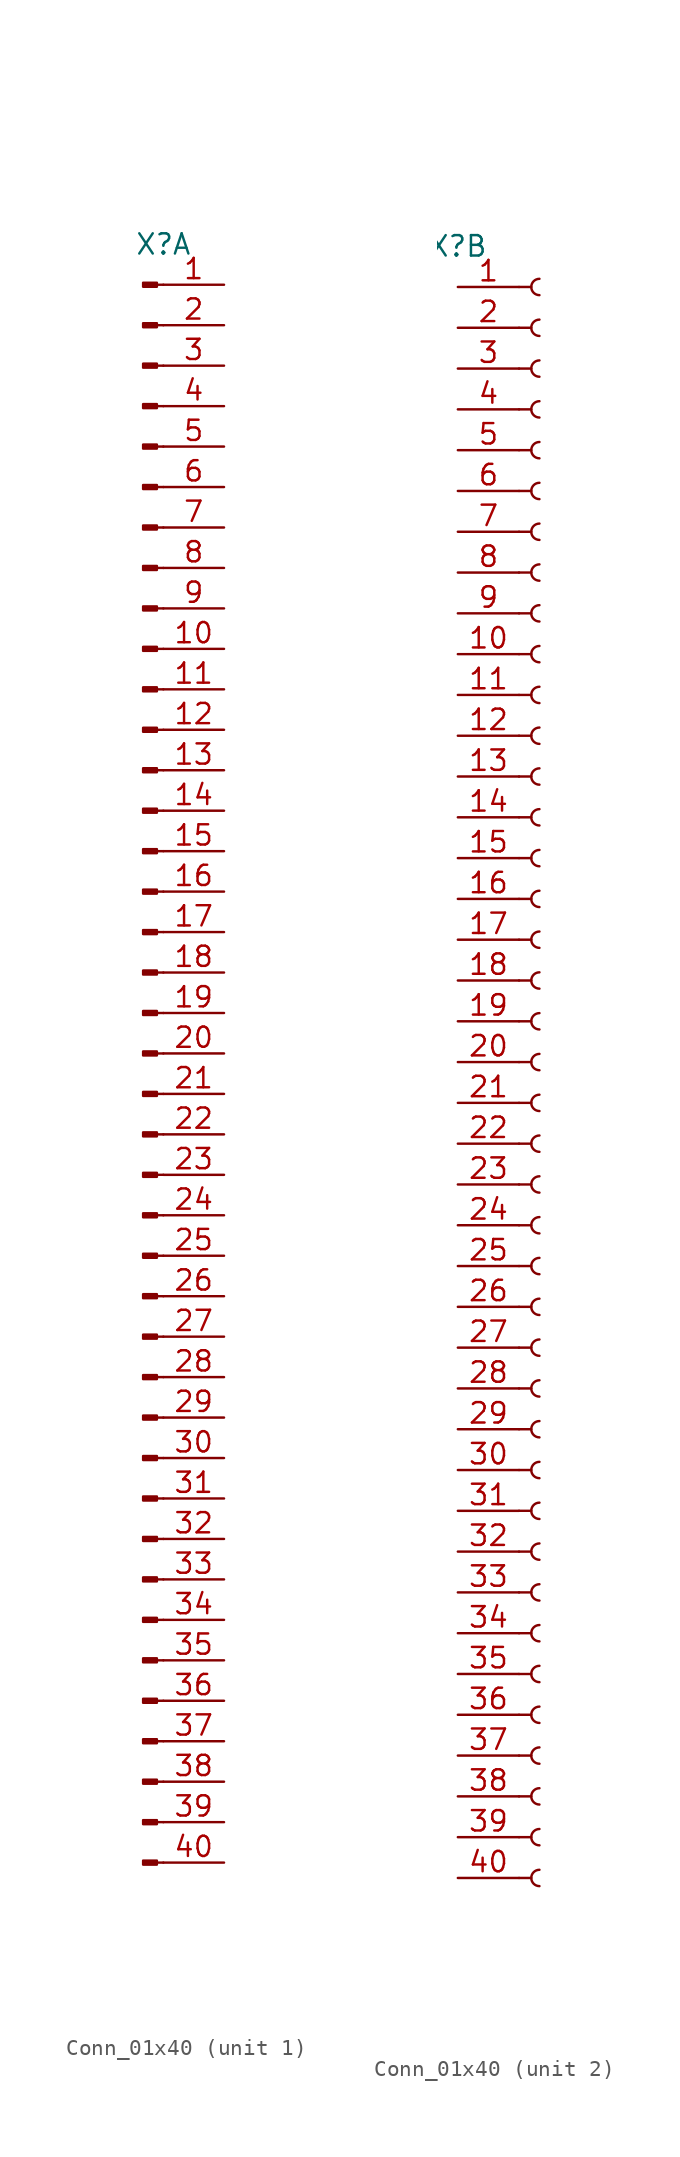
<source format=kicad_sym>
(kicad_symbol_lib
  (version 20241209)
  (generator "kicad_symbol_editor")
  (generator_version "9.0")
  (symbol "Conn_01x40"
    (pin_names
      (offset 1.016)
      (hide yes))
    (property "Reference" "X"
      (at 0 50.8 0)
      (effects (font (size 1.27 1.27))))
    (property "ki_locked" ""
      (at 0 0 0)
      (effects (font (size 1.27 1.27))))
    (symbol "Conn_01x40_1_1"
      (rectangle (start -0.406 48.387) (end -1.27 48.133) (stroke (width 0.152) (type default)) (fill (type outline)))
      (rectangle (start -0.406 45.847) (end -1.27 45.593) (stroke (width 0.152) (type default)) (fill (type outline)))
      (rectangle (start -0.406 43.307) (end -1.27 43.053) (stroke (width 0.152) (type default)) (fill (type outline)))
      (rectangle (start -0.406 40.767) (end -1.27 40.513) (stroke (width 0.152) (type default)) (fill (type outline)))
      (rectangle (start -0.406 38.227) (end -1.27 37.973) (stroke (width 0.152) (type default)) (fill (type outline)))
      (rectangle (start -0.406 35.687) (end -1.27 35.433) (stroke (width 0.152) (type default)) (fill (type outline)))
      (rectangle (start -0.406 33.147) (end -1.27 32.893) (stroke (width 0.152) (type default)) (fill (type outline)))
      (rectangle (start -0.406 30.607) (end -1.27 30.353) (stroke (width 0.152) (type default)) (fill (type outline)))
      (rectangle (start -0.406 28.067) (end -1.27 27.813) (stroke (width 0.152) (type default)) (fill (type outline)))
      (rectangle (start -0.406 25.527) (end -1.27 25.273) (stroke (width 0.152) (type default)) (fill (type outline)))
      (rectangle (start -0.406 22.987) (end -1.27 22.733) (stroke (width 0.152) (type default)) (fill (type outline)))
      (rectangle (start -0.406 20.447) (end -1.27 20.193) (stroke (width 0.152) (type default)) (fill (type outline)))
      (rectangle (start -0.406 17.907) (end -1.27 17.653) (stroke (width 0.152) (type default)) (fill (type outline)))
      (rectangle (start -0.406 15.367) (end -1.27 15.113) (stroke (width 0.152) (type default)) (fill (type outline)))
      (rectangle (start -0.406 12.827) (end -1.27 12.573) (stroke (width 0.152) (type default)) (fill (type outline)))
      (rectangle (start -0.406 10.287) (end -1.27 10.033) (stroke (width 0.152) (type default)) (fill (type outline)))
      (rectangle (start -0.406 7.747) (end -1.27 7.493) (stroke (width 0.152) (type default)) (fill (type outline)))
      (rectangle (start -0.406 5.207) (end -1.27 4.953) (stroke (width 0.152) (type default)) (fill (type outline)))
      (rectangle (start -0.406 2.667) (end -1.27 2.413) (stroke (width 0.152) (type default)) (fill (type outline)))
      (rectangle (start -0.406 0.127) (end -1.27 -0.127) (stroke (width 0.152) (type default)) (fill (type outline)))
      (rectangle (start -0.406 -2.413) (end -1.27 -2.667) (stroke (width 0.152) (type default)) (fill (type outline)))
      (rectangle (start -0.406 -4.953) (end -1.27 -5.207) (stroke (width 0.152) (type default)) (fill (type outline)))
      (rectangle (start -0.406 -7.493) (end -1.27 -7.747) (stroke (width 0.152) (type default)) (fill (type outline)))
      (rectangle (start -0.406 -10.033) (end -1.27 -10.287) (stroke (width 0.152) (type default)) (fill (type outline)))
      (rectangle (start -0.406 -12.573) (end -1.27 -12.827) (stroke (width 0.152) (type default)) (fill (type outline)))
      (rectangle (start -0.406 -15.113) (end -1.27 -15.367) (stroke (width 0.152) (type default)) (fill (type outline)))
      (rectangle (start -0.406 -17.653) (end -1.27 -17.907) (stroke (width 0.152) (type default)) (fill (type outline)))
      (rectangle (start -0.406 -20.193) (end -1.27 -20.447) (stroke (width 0.152) (type default)) (fill (type outline)))
      (rectangle (start -0.406 -22.733) (end -1.27 -22.987) (stroke (width 0.152) (type default)) (fill (type outline)))
      (rectangle (start -0.406 -25.273) (end -1.27 -25.527) (stroke (width 0.152) (type default)) (fill (type outline)))
      (rectangle (start -0.406 -27.813) (end -1.27 -28.067) (stroke (width 0.152) (type default)) (fill (type outline)))
      (rectangle (start -0.406 -30.353) (end -1.27 -30.607) (stroke (width 0.152) (type default)) (fill (type outline)))
      (rectangle (start -0.406 -32.893) (end -1.27 -33.147) (stroke (width 0.152) (type default)) (fill (type outline)))
      (rectangle (start -0.406 -35.433) (end -1.27 -35.687) (stroke (width 0.152) (type default)) (fill (type outline)))
      (rectangle (start -0.406 -37.973) (end -1.27 -38.227) (stroke (width 0.152) (type default)) (fill (type outline)))
      (rectangle (start -0.406 -40.513) (end -1.27 -40.767) (stroke (width 0.152) (type default)) (fill (type outline)))
      (rectangle (start -0.406 -43.053) (end -1.27 -43.307) (stroke (width 0.152) (type default)) (fill (type outline)))
      (rectangle (start -0.406 -45.593) (end -1.27 -45.847) (stroke (width 0.152) (type default)) (fill (type outline)))
      (rectangle (start -0.406 -48.133) (end -1.27 -48.387) (stroke (width 0.152) (type default)) (fill (type outline)))
      (rectangle (start -0.406 -50.673) (end -1.27 -50.927) (stroke (width 0.152) (type default)) (fill (type outline)))
      (polyline (pts (xy 0 48.26) (xy -0.406 48.26)) (stroke (width 0.152) (type default)) (fill (type none)))
      (polyline (pts (xy 0 45.72) (xy -0.406 45.72)) (stroke (width 0.152) (type default)) (fill (type none)))
      (polyline (pts (xy 0 43.18) (xy -0.406 43.18)) (stroke (width 0.152) (type default)) (fill (type none)))
      (polyline (pts (xy 0 40.64) (xy -0.406 40.64)) (stroke (width 0.152) (type default)) (fill (type none)))
      (polyline (pts (xy 0 38.1) (xy -0.406 38.1)) (stroke (width 0.152) (type default)) (fill (type none)))
      (polyline (pts (xy 0 35.56) (xy -0.406 35.56)) (stroke (width 0.152) (type default)) (fill (type none)))
      (polyline (pts (xy 0 33.02) (xy -0.406 33.02)) (stroke (width 0.152) (type default)) (fill (type none)))
      (polyline (pts (xy 0 30.48) (xy -0.406 30.48)) (stroke (width 0.152) (type default)) (fill (type none)))
      (polyline (pts (xy 0 27.94) (xy -0.406 27.94)) (stroke (width 0.152) (type default)) (fill (type none)))
      (polyline (pts (xy 0 25.4) (xy -0.406 25.4)) (stroke (width 0.152) (type default)) (fill (type none)))
      (polyline (pts (xy 0 22.86) (xy -0.406 22.86)) (stroke (width 0.152) (type default)) (fill (type none)))
      (polyline (pts (xy 0 20.32) (xy -0.406 20.32)) (stroke (width 0.152) (type default)) (fill (type none)))
      (polyline (pts (xy 0 17.78) (xy -0.406 17.78)) (stroke (width 0.152) (type default)) (fill (type none)))
      (polyline (pts (xy 0 15.24) (xy -0.406 15.24)) (stroke (width 0.152) (type default)) (fill (type none)))
      (polyline (pts (xy 0 12.7) (xy -0.406 12.7)) (stroke (width 0.152) (type default)) (fill (type none)))
      (polyline (pts (xy 0 10.16) (xy -0.406 10.16)) (stroke (width 0.152) (type default)) (fill (type none)))
      (polyline (pts (xy 0 7.62) (xy -0.406 7.62)) (stroke (width 0.152) (type default)) (fill (type none)))
      (polyline (pts (xy 0 5.08) (xy -0.406 5.08)) (stroke (width 0.152) (type default)) (fill (type none)))
      (polyline (pts (xy 0 2.54) (xy -0.406 2.54)) (stroke (width 0.152) (type default)) (fill (type none)))
      (polyline (pts (xy 0 0) (xy -0.406 0)) (stroke (width 0.152) (type default)) (fill (type none)))
      (polyline (pts (xy 0 -2.54) (xy -0.406 -2.54)) (stroke (width 0.152) (type default)) (fill (type none)))
      (polyline (pts (xy 0 -5.08) (xy -0.406 -5.08)) (stroke (width 0.152) (type default)) (fill (type none)))
      (polyline (pts (xy 0 -7.62) (xy -0.406 -7.62)) (stroke (width 0.152) (type default)) (fill (type none)))
      (polyline (pts (xy 0 -10.16) (xy -0.406 -10.16)) (stroke (width 0.152) (type default)) (fill (type none)))
      (polyline (pts (xy 0 -12.7) (xy -0.406 -12.7)) (stroke (width 0.152) (type default)) (fill (type none)))
      (polyline (pts (xy 0 -15.24) (xy -0.406 -15.24)) (stroke (width 0.152) (type default)) (fill (type none)))
      (polyline (pts (xy 0 -17.78) (xy -0.406 -17.78)) (stroke (width 0.152) (type default)) (fill (type none)))
      (polyline (pts (xy 0 -20.32) (xy -0.406 -20.32)) (stroke (width 0.152) (type default)) (fill (type none)))
      (polyline (pts (xy 0 -22.86) (xy -0.406 -22.86)) (stroke (width 0.152) (type default)) (fill (type none)))
      (polyline (pts (xy 0 -25.4) (xy -0.406 -25.4)) (stroke (width 0.152) (type default)) (fill (type none)))
      (polyline (pts (xy 0 -27.94) (xy -0.406 -27.94)) (stroke (width 0.152) (type default)) (fill (type none)))
      (polyline (pts (xy 0 -30.48) (xy -0.406 -30.48)) (stroke (width 0.152) (type default)) (fill (type none)))
      (polyline (pts (xy 0 -33.02) (xy -0.406 -33.02)) (stroke (width 0.152) (type default)) (fill (type none)))
      (polyline (pts (xy 0 -35.56) (xy -0.406 -35.56)) (stroke (width 0.152) (type default)) (fill (type none)))
      (polyline (pts (xy 0 -38.1) (xy -0.406 -38.1)) (stroke (width 0.152) (type default)) (fill (type none)))
      (polyline (pts (xy 0 -40.64) (xy -0.406 -40.64)) (stroke (width 0.152) (type default)) (fill (type none)))
      (polyline (pts (xy 0 -43.18) (xy -0.406 -43.18)) (stroke (width 0.152) (type default)) (fill (type none)))
      (polyline (pts (xy 0 -45.72) (xy -0.406 -45.72)) (stroke (width 0.152) (type default)) (fill (type none)))
      (polyline (pts (xy 0 -48.26) (xy -0.406 -48.26)) (stroke (width 0.152) (type default)) (fill (type none)))
      (polyline (pts (xy 0 -50.8) (xy -0.406 -50.8)) (stroke (width 0.152) (type default)) (fill (type none)))
      (pin passive line (at 3.81 48.26 180) (length 3.81) (name "Pin_1" (effects (font (size 1.27 1.27)))) (number "1" (effects (font (size 1.27 1.27)))))
      (pin passive line (at 3.81 45.72 180) (length 3.81) (name "Pin_2" (effects (font (size 1.27 1.27)))) (number "2" (effects (font (size 1.27 1.27)))))
      (pin passive line (at 3.81 43.18 180) (length 3.81) (name "Pin_3" (effects (font (size 1.27 1.27)))) (number "3" (effects (font (size 1.27 1.27)))))
      (pin passive line (at 3.81 40.64 180) (length 3.81) (name "Pin_4" (effects (font (size 1.27 1.27)))) (number "4" (effects (font (size 1.27 1.27)))))
      (pin passive line (at 3.81 38.1 180) (length 3.81) (name "Pin_5" (effects (font (size 1.27 1.27)))) (number "5" (effects (font (size 1.27 1.27)))))
      (pin passive line (at 3.81 35.56 180) (length 3.81) (name "Pin_6" (effects (font (size 1.27 1.27)))) (number "6" (effects (font (size 1.27 1.27)))))
      (pin passive line (at 3.81 33.02 180) (length 3.81) (name "Pin_7" (effects (font (size 1.27 1.27)))) (number "7" (effects (font (size 1.27 1.27)))))
      (pin passive line (at 3.81 30.48 180) (length 3.81) (name "Pin_8" (effects (font (size 1.27 1.27)))) (number "8" (effects (font (size 1.27 1.27)))))
      (pin passive line (at 3.81 27.94 180) (length 3.81) (name "Pin_9" (effects (font (size 1.27 1.27)))) (number "9" (effects (font (size 1.27 1.27)))))
      (pin passive line (at 3.81 25.4 180) (length 3.81) (name "Pin_10" (effects (font (size 1.27 1.27)))) (number "10" (effects (font (size 1.27 1.27)))))
      (pin passive line (at 3.81 22.86 180) (length 3.81) (name "Pin_11" (effects (font (size 1.27 1.27)))) (number "11" (effects (font (size 1.27 1.27)))))
      (pin passive line (at 3.81 20.32 180) (length 3.81) (name "Pin_12" (effects (font (size 1.27 1.27)))) (number "12" (effects (font (size 1.27 1.27)))))
      (pin passive line (at 3.81 17.78 180) (length 3.81) (name "Pin_13" (effects (font (size 1.27 1.27)))) (number "13" (effects (font (size 1.27 1.27)))))
      (pin passive line (at 3.81 15.24 180) (length 3.81) (name "Pin_14" (effects (font (size 1.27 1.27)))) (number "14" (effects (font (size 1.27 1.27)))))
      (pin passive line (at 3.81 12.7 180) (length 3.81) (name "Pin_15" (effects (font (size 1.27 1.27)))) (number "15" (effects (font (size 1.27 1.27)))))
      (pin passive line (at 3.81 10.16 180) (length 3.81) (name "Pin_16" (effects (font (size 1.27 1.27)))) (number "16" (effects (font (size 1.27 1.27)))))
      (pin passive line (at 3.81 7.62 180) (length 3.81) (name "Pin_17" (effects (font (size 1.27 1.27)))) (number "17" (effects (font (size 1.27 1.27)))))
      (pin passive line (at 3.81 5.08 180) (length 3.81) (name "Pin_18" (effects (font (size 1.27 1.27)))) (number "18" (effects (font (size 1.27 1.27)))))
      (pin passive line (at 3.81 2.54 180) (length 3.81) (name "Pin_19" (effects (font (size 1.27 1.27)))) (number "19" (effects (font (size 1.27 1.27)))))
      (pin passive line (at 3.81 0 180) (length 3.81) (name "Pin_20" (effects (font (size 1.27 1.27)))) (number "20" (effects (font (size 1.27 1.27)))))
      (pin passive line (at 3.81 -2.54 180) (length 3.81) (name "Pin_21" (effects (font (size 1.27 1.27)))) (number "21" (effects (font (size 1.27 1.27)))))
      (pin passive line (at 3.81 -5.08 180) (length 3.81) (name "Pin_22" (effects (font (size 1.27 1.27)))) (number "22" (effects (font (size 1.27 1.27)))))
      (pin passive line (at 3.81 -7.62 180) (length 3.81) (name "Pin_23" (effects (font (size 1.27 1.27)))) (number "23" (effects (font (size 1.27 1.27)))))
      (pin passive line (at 3.81 -10.16 180) (length 3.81) (name "Pin_24" (effects (font (size 1.27 1.27)))) (number "24" (effects (font (size 1.27 1.27)))))
      (pin passive line (at 3.81 -12.7 180) (length 3.81) (name "Pin_25" (effects (font (size 1.27 1.27)))) (number "25" (effects (font (size 1.27 1.27)))))
      (pin passive line (at 3.81 -15.24 180) (length 3.81) (name "Pin_26" (effects (font (size 1.27 1.27)))) (number "26" (effects (font (size 1.27 1.27)))))
      (pin passive line (at 3.81 -17.78 180) (length 3.81) (name "Pin_27" (effects (font (size 1.27 1.27)))) (number "27" (effects (font (size 1.27 1.27)))))
      (pin passive line (at 3.81 -20.32 180) (length 3.81) (name "Pin_28" (effects (font (size 1.27 1.27)))) (number "28" (effects (font (size 1.27 1.27)))))
      (pin passive line (at 3.81 -22.86 180) (length 3.81) (name "Pin_29" (effects (font (size 1.27 1.27)))) (number "29" (effects (font (size 1.27 1.27)))))
      (pin passive line (at 3.81 -25.4 180) (length 3.81) (name "Pin_30" (effects (font (size 1.27 1.27)))) (number "30" (effects (font (size 1.27 1.27)))))
      (pin passive line (at 3.81 -27.94 180) (length 3.81) (name "Pin_31" (effects (font (size 1.27 1.27)))) (number "31" (effects (font (size 1.27 1.27)))))
      (pin passive line (at 3.81 -30.48 180) (length 3.81) (name "Pin_32" (effects (font (size 1.27 1.27)))) (number "32" (effects (font (size 1.27 1.27)))))
      (pin passive line (at 3.81 -33.02 180) (length 3.81) (name "Pin_33" (effects (font (size 1.27 1.27)))) (number "33" (effects (font (size 1.27 1.27)))))
      (pin passive line (at 3.81 -35.56 180) (length 3.81) (name "Pin_34" (effects (font (size 1.27 1.27)))) (number "34" (effects (font (size 1.27 1.27)))))
      (pin passive line (at 3.81 -38.1 180) (length 3.81) (name "Pin_35" (effects (font (size 1.27 1.27)))) (number "35" (effects (font (size 1.27 1.27)))))
      (pin passive line (at 3.81 -40.64 180) (length 3.81) (name "Pin_36" (effects (font (size 1.27 1.27)))) (number "36" (effects (font (size 1.27 1.27)))))
      (pin passive line (at 3.81 -43.18 180) (length 3.81) (name "Pin_37" (effects (font (size 1.27 1.27)))) (number "37" (effects (font (size 1.27 1.27)))))
      (pin passive line (at 3.81 -45.72 180) (length 3.81) (name "Pin_38" (effects (font (size 1.27 1.27)))) (number "38" (effects (font (size 1.27 1.27)))))
      (pin passive line (at 3.81 -48.26 180) (length 3.81) (name "Pin_39" (effects (font (size 1.27 1.27)))) (number "39" (effects (font (size 1.27 1.27)))))
      (pin passive line (at 3.81 -50.8 180) (length 3.81) (name "Pin_40" (effects (font (size 1.27 1.27)))) (number "40" (effects (font (size 1.27 1.27))))))
    (symbol "Conn_01x40_2_1"
      (polyline (pts (xy 3.81 48.26) (xy 4.572 48.26)) (stroke (width 0.152) (type default)) (fill (type none)))
      (polyline (pts (xy 3.81 45.72) (xy 4.572 45.72)) (stroke (width 0.152) (type default)) (fill (type none)))
      (polyline (pts (xy 3.81 43.18) (xy 4.572 43.18)) (stroke (width 0.152) (type default)) (fill (type none)))
      (polyline (pts (xy 3.81 40.64) (xy 4.572 40.64)) (stroke (width 0.152) (type default)) (fill (type none)))
      (polyline (pts (xy 3.81 38.1) (xy 4.572 38.1)) (stroke (width 0.152) (type default)) (fill (type none)))
      (polyline (pts (xy 3.81 35.56) (xy 4.572 35.56)) (stroke (width 0.152) (type default)) (fill (type none)))
      (polyline (pts (xy 3.81 33.02) (xy 4.572 33.02)) (stroke (width 0.152) (type default)) (fill (type none)))
      (polyline (pts (xy 3.81 30.48) (xy 4.572 30.48)) (stroke (width 0.152) (type default)) (fill (type none)))
      (polyline (pts (xy 3.81 27.94) (xy 4.572 27.94)) (stroke (width 0.152) (type default)) (fill (type none)))
      (polyline (pts (xy 3.81 25.4) (xy 4.572 25.4)) (stroke (width 0.152) (type default)) (fill (type none)))
      (polyline (pts (xy 3.81 22.86) (xy 4.572 22.86)) (stroke (width 0.152) (type default)) (fill (type none)))
      (polyline (pts (xy 3.81 20.32) (xy 4.572 20.32)) (stroke (width 0.152) (type default)) (fill (type none)))
      (polyline (pts (xy 3.81 17.78) (xy 4.572 17.78)) (stroke (width 0.152) (type default)) (fill (type none)))
      (polyline (pts (xy 3.81 15.24) (xy 4.572 15.24)) (stroke (width 0.152) (type default)) (fill (type none)))
      (polyline (pts (xy 3.81 12.7) (xy 4.572 12.7)) (stroke (width 0.152) (type default)) (fill (type none)))
      (polyline (pts (xy 3.81 10.16) (xy 4.572 10.16)) (stroke (width 0.152) (type default)) (fill (type none)))
      (polyline (pts (xy 3.81 7.62) (xy 4.572 7.62)) (stroke (width 0.152) (type default)) (fill (type none)))
      (polyline (pts (xy 3.81 5.08) (xy 4.572 5.08)) (stroke (width 0.152) (type default)) (fill (type none)))
      (polyline (pts (xy 3.81 2.54) (xy 4.572 2.54)) (stroke (width 0.152) (type default)) (fill (type none)))
      (polyline (pts (xy 3.81 0) (xy 4.572 0)) (stroke (width 0.152) (type default)) (fill (type none)))
      (polyline (pts (xy 3.81 -2.54) (xy 4.572 -2.54)) (stroke (width 0.152) (type default)) (fill (type none)))
      (polyline (pts (xy 3.81 -5.08) (xy 4.572 -5.08)) (stroke (width 0.152) (type default)) (fill (type none)))
      (polyline (pts (xy 3.81 -7.62) (xy 4.572 -7.62)) (stroke (width 0.152) (type default)) (fill (type none)))
      (polyline (pts (xy 3.81 -10.16) (xy 4.572 -10.16)) (stroke (width 0.152) (type default)) (fill (type none)))
      (polyline (pts (xy 3.81 -12.7) (xy 4.572 -12.7)) (stroke (width 0.152) (type default)) (fill (type none)))
      (polyline (pts (xy 3.81 -15.24) (xy 4.572 -15.24)) (stroke (width 0.152) (type default)) (fill (type none)))
      (polyline (pts (xy 3.81 -17.78) (xy 4.572 -17.78)) (stroke (width 0.152) (type default)) (fill (type none)))
      (polyline (pts (xy 3.81 -20.32) (xy 4.572 -20.32)) (stroke (width 0.152) (type default)) (fill (type none)))
      (polyline (pts (xy 3.81 -22.86) (xy 4.572 -22.86)) (stroke (width 0.152) (type default)) (fill (type none)))
      (polyline (pts (xy 3.81 -25.4) (xy 4.572 -25.4)) (stroke (width 0.152) (type default)) (fill (type none)))
      (polyline (pts (xy 3.81 -27.94) (xy 4.572 -27.94)) (stroke (width 0.152) (type default)) (fill (type none)))
      (polyline (pts (xy 3.81 -30.48) (xy 4.572 -30.48)) (stroke (width 0.152) (type default)) (fill (type none)))
      (polyline (pts (xy 3.81 -33.02) (xy 4.572 -33.02)) (stroke (width 0.152) (type default)) (fill (type none)))
      (polyline (pts (xy 3.81 -35.56) (xy 4.572 -35.56)) (stroke (width 0.152) (type default)) (fill (type none)))
      (polyline (pts (xy 3.81 -38.1) (xy 4.572 -38.1)) (stroke (width 0.152) (type default)) (fill (type none)))
      (polyline (pts (xy 3.81 -40.64) (xy 4.572 -40.64)) (stroke (width 0.152) (type default)) (fill (type none)))
      (polyline (pts (xy 3.81 -43.18) (xy 4.572 -43.18)) (stroke (width 0.152) (type default)) (fill (type none)))
      (polyline (pts (xy 3.81 -45.72) (xy 4.572 -45.72)) (stroke (width 0.152) (type default)) (fill (type none)))
      (polyline (pts (xy 3.81 -48.26) (xy 4.572 -48.26)) (stroke (width 0.152) (type default)) (fill (type none)))
      (polyline (pts (xy 3.81 -50.8) (xy 4.572 -50.8)) (stroke (width 0.152) (type default)) (fill (type none)))
      (arc (start 5.08 47.752) (mid 4.5742 48.26) (end 5.08 48.768) (stroke (width 0.1524) (type default)) (fill (type none)))
      (arc (start 5.08 45.212) (mid 4.5742 45.72) (end 5.08 46.228) (stroke (width 0.1524) (type default)) (fill (type none)))
      (arc (start 5.08 42.672) (mid 4.5742 43.18) (end 5.08 43.688) (stroke (width 0.1524) (type default)) (fill (type none)))
      (arc (start 5.08 40.132) (mid 4.5742 40.64) (end 5.08 41.148) (stroke (width 0.1524) (type default)) (fill (type none)))
      (arc (start 5.08 37.592) (mid 4.5742 38.1) (end 5.08 38.608) (stroke (width 0.1524) (type default)) (fill (type none)))
      (arc (start 5.08 35.052) (mid 4.5742 35.56) (end 5.08 36.068) (stroke (width 0.1524) (type default)) (fill (type none)))
      (arc (start 5.08 32.512) (mid 4.5742 33.02) (end 5.08 33.528) (stroke (width 0.1524) (type default)) (fill (type none)))
      (arc (start 5.08 29.972) (mid 4.5742 30.48) (end 5.08 30.988) (stroke (width 0.1524) (type default)) (fill (type none)))
      (arc (start 5.08 27.432) (mid 4.5742 27.94) (end 5.08 28.448) (stroke (width 0.1524) (type default)) (fill (type none)))
      (arc (start 5.08 24.892) (mid 4.5742 25.4) (end 5.08 25.908) (stroke (width 0.1524) (type default)) (fill (type none)))
      (arc (start 5.08 22.352) (mid 4.5742 22.86) (end 5.08 23.368) (stroke (width 0.1524) (type default)) (fill (type none)))
      (arc (start 5.08 19.812) (mid 4.5742 20.32) (end 5.08 20.828) (stroke (width 0.1524) (type default)) (fill (type none)))
      (arc (start 5.08 17.272) (mid 4.5742 17.78) (end 5.08 18.288) (stroke (width 0.1524) (type default)) (fill (type none)))
      (arc (start 5.08 14.732) (mid 4.5742 15.24) (end 5.08 15.748) (stroke (width 0.1524) (type default)) (fill (type none)))
      (arc (start 5.08 12.192) (mid 4.5742 12.7) (end 5.08 13.208) (stroke (width 0.1524) (type default)) (fill (type none)))
      (arc (start 5.08 9.652) (mid 4.5742 10.16) (end 5.08 10.668) (stroke (width 0.1524) (type default)) (fill (type none)))
      (arc (start 5.08 7.112) (mid 4.5742 7.62) (end 5.08 8.128) (stroke (width 0.1524) (type default)) (fill (type none)))
      (arc (start 5.08 4.572) (mid 4.5742 5.08) (end 5.08 5.588) (stroke (width 0.1524) (type default)) (fill (type none)))
      (arc (start 5.08 2.032) (mid 4.5742 2.54) (end 5.08 3.048) (stroke (width 0.1524) (type default)) (fill (type none)))
      (arc (start 5.08 -0.508) (mid 4.5742 0) (end 5.08 0.508) (stroke (width 0.1524) (type default)) (fill (type none)))
      (arc (start 5.08 -3.048) (mid 4.5742 -2.54) (end 5.08 -2.032) (stroke (width 0.1524) (type default)) (fill (type none)))
      (arc (start 5.08 -5.588) (mid 4.5742 -5.08) (end 5.08 -4.572) (stroke (width 0.1524) (type default)) (fill (type none)))
      (arc (start 5.08 -8.128) (mid 4.5742 -7.62) (end 5.08 -7.112) (stroke (width 0.1524) (type default)) (fill (type none)))
      (arc (start 5.08 -10.668) (mid 4.5742 -10.16) (end 5.08 -9.652) (stroke (width 0.1524) (type default)) (fill (type none)))
      (arc (start 5.08 -13.208) (mid 4.5742 -12.7) (end 5.08 -12.192) (stroke (width 0.1524) (type default)) (fill (type none)))
      (arc (start 5.08 -15.748) (mid 4.5742 -15.24) (end 5.08 -14.732) (stroke (width 0.1524) (type default)) (fill (type none)))
      (arc (start 5.08 -18.288) (mid 4.5742 -17.78) (end 5.08 -17.272) (stroke (width 0.1524) (type default)) (fill (type none)))
      (arc (start 5.08 -20.828) (mid 4.5742 -20.32) (end 5.08 -19.812) (stroke (width 0.1524) (type default)) (fill (type none)))
      (arc (start 5.08 -23.368) (mid 4.5742 -22.86) (end 5.08 -22.352) (stroke (width 0.1524) (type default)) (fill (type none)))
      (arc (start 5.08 -25.908) (mid 4.5742 -25.4) (end 5.08 -24.892) (stroke (width 0.1524) (type default)) (fill (type none)))
      (arc (start 5.08 -28.448) (mid 4.5742 -27.94) (end 5.08 -27.432) (stroke (width 0.1524) (type default)) (fill (type none)))
      (arc (start 5.08 -30.988) (mid 4.5742 -30.48) (end 5.08 -29.972) (stroke (width 0.1524) (type default)) (fill (type none)))
      (arc (start 5.08 -33.528) (mid 4.5742 -33.02) (end 5.08 -32.512) (stroke (width 0.1524) (type default)) (fill (type none)))
      (arc (start 5.08 -36.068) (mid 4.5742 -35.56) (end 5.08 -35.052) (stroke (width 0.1524) (type default)) (fill (type none)))
      (arc (start 5.08 -38.608) (mid 4.5742 -38.1) (end 5.08 -37.592) (stroke (width 0.1524) (type default)) (fill (type none)))
      (arc (start 5.08 -41.148) (mid 4.5742 -40.64) (end 5.08 -40.132) (stroke (width 0.1524) (type default)) (fill (type none)))
      (arc (start 5.08 -43.688) (mid 4.5742 -43.18) (end 5.08 -42.672) (stroke (width 0.1524) (type default)) (fill (type none)))
      (arc (start 5.08 -46.228) (mid 4.5742 -45.72) (end 5.08 -45.212) (stroke (width 0.1524) (type default)) (fill (type none)))
      (arc (start 5.08 -48.768) (mid 4.5742 -48.26) (end 5.08 -47.752) (stroke (width 0.1524) (type default)) (fill (type none)))
      (arc (start 5.08 -51.308) (mid 4.5742 -50.8) (end 5.08 -50.292) (stroke (width 0.1524) (type default)) (fill (type none)))
      (pin passive line (at 0 48.26 0) (length 3.81) (name "Pin_1" (effects (font (size 1.27 1.27)))) (number "1" (effects (font (size 1.27 1.27)))))
      (pin passive line (at 0 45.72 0) (length 3.81) (name "Pin_2" (effects (font (size 1.27 1.27)))) (number "2" (effects (font (size 1.27 1.27)))))
      (pin passive line (at 0 43.18 0) (length 3.81) (name "Pin_3" (effects (font (size 1.27 1.27)))) (number "3" (effects (font (size 1.27 1.27)))))
      (pin passive line (at 0 40.64 0) (length 3.81) (name "Pin_4" (effects (font (size 1.27 1.27)))) (number "4" (effects (font (size 1.27 1.27)))))
      (pin passive line (at 0 38.1 0) (length 3.81) (name "Pin_5" (effects (font (size 1.27 1.27)))) (number "5" (effects (font (size 1.27 1.27)))))
      (pin passive line (at 0 35.56 0) (length 3.81) (name "Pin_6" (effects (font (size 1.27 1.27)))) (number "6" (effects (font (size 1.27 1.27)))))
      (pin passive line (at 0 33.02 0) (length 3.81) (name "Pin_7" (effects (font (size 1.27 1.27)))) (number "7" (effects (font (size 1.27 1.27)))))
      (pin passive line (at 0 30.48 0) (length 3.81) (name "Pin_8" (effects (font (size 1.27 1.27)))) (number "8" (effects (font (size 1.27 1.27)))))
      (pin passive line (at 0 27.94 0) (length 3.81) (name "Pin_9" (effects (font (size 1.27 1.27)))) (number "9" (effects (font (size 1.27 1.27)))))
      (pin passive line (at 0 25.4 0) (length 3.81) (name "Pin_10" (effects (font (size 1.27 1.27)))) (number "10" (effects (font (size 1.27 1.27)))))
      (pin passive line (at 0 22.86 0) (length 3.81) (name "Pin_11" (effects (font (size 1.27 1.27)))) (number "11" (effects (font (size 1.27 1.27)))))
      (pin passive line (at 0 20.32 0) (length 3.81) (name "Pin_12" (effects (font (size 1.27 1.27)))) (number "12" (effects (font (size 1.27 1.27)))))
      (pin passive line (at 0 17.78 0) (length 3.81) (name "Pin_13" (effects (font (size 1.27 1.27)))) (number "13" (effects (font (size 1.27 1.27)))))
      (pin passive line (at 0 15.24 0) (length 3.81) (name "Pin_14" (effects (font (size 1.27 1.27)))) (number "14" (effects (font (size 1.27 1.27)))))
      (pin passive line (at 0 12.7 0) (length 3.81) (name "Pin_15" (effects (font (size 1.27 1.27)))) (number "15" (effects (font (size 1.27 1.27)))))
      (pin passive line (at 0 10.16 0) (length 3.81) (name "Pin_16" (effects (font (size 1.27 1.27)))) (number "16" (effects (font (size 1.27 1.27)))))
      (pin passive line (at 0 7.62 0) (length 3.81) (name "Pin_17" (effects (font (size 1.27 1.27)))) (number "17" (effects (font (size 1.27 1.27)))))
      (pin passive line (at 0 5.08 0) (length 3.81) (name "Pin_18" (effects (font (size 1.27 1.27)))) (number "18" (effects (font (size 1.27 1.27)))))
      (pin passive line (at 0 2.54 0) (length 3.81) (name "Pin_19" (effects (font (size 1.27 1.27)))) (number "19" (effects (font (size 1.27 1.27)))))
      (pin passive line (at 0 0 0) (length 3.81) (name "Pin_20" (effects (font (size 1.27 1.27)))) (number "20" (effects (font (size 1.27 1.27)))))
      (pin passive line (at 0 -2.54 0) (length 3.81) (name "Pin_21" (effects (font (size 1.27 1.27)))) (number "21" (effects (font (size 1.27 1.27)))))
      (pin passive line (at 0 -5.08 0) (length 3.81) (name "Pin_22" (effects (font (size 1.27 1.27)))) (number "22" (effects (font (size 1.27 1.27)))))
      (pin passive line (at 0 -7.62 0) (length 3.81) (name "Pin_23" (effects (font (size 1.27 1.27)))) (number "23" (effects (font (size 1.27 1.27)))))
      (pin passive line (at 0 -10.16 0) (length 3.81) (name "Pin_24" (effects (font (size 1.27 1.27)))) (number "24" (effects (font (size 1.27 1.27)))))
      (pin passive line (at 0 -12.7 0) (length 3.81) (name "Pin_25" (effects (font (size 1.27 1.27)))) (number "25" (effects (font (size 1.27 1.27)))))
      (pin passive line (at 0 -15.24 0) (length 3.81) (name "Pin_26" (effects (font (size 1.27 1.27)))) (number "26" (effects (font (size 1.27 1.27)))))
      (pin passive line (at 0 -17.78 0) (length 3.81) (name "Pin_27" (effects (font (size 1.27 1.27)))) (number "27" (effects (font (size 1.27 1.27)))))
      (pin passive line (at 0 -20.32 0) (length 3.81) (name "Pin_28" (effects (font (size 1.27 1.27)))) (number "28" (effects (font (size 1.27 1.27)))))
      (pin passive line (at 0 -22.86 0) (length 3.81) (name "Pin_29" (effects (font (size 1.27 1.27)))) (number "29" (effects (font (size 1.27 1.27)))))
      (pin passive line (at 0 -25.4 0) (length 3.81) (name "Pin_30" (effects (font (size 1.27 1.27)))) (number "30" (effects (font (size 1.27 1.27)))))
      (pin passive line (at 0 -27.94 0) (length 3.81) (name "Pin_31" (effects (font (size 1.27 1.27)))) (number "31" (effects (font (size 1.27 1.27)))))
      (pin passive line (at 0 -30.48 0) (length 3.81) (name "Pin_32" (effects (font (size 1.27 1.27)))) (number "32" (effects (font (size 1.27 1.27)))))
      (pin passive line (at 0 -33.02 0) (length 3.81) (name "Pin_33" (effects (font (size 1.27 1.27)))) (number "33" (effects (font (size 1.27 1.27)))))
      (pin passive line (at 0 -35.56 0) (length 3.81) (name "Pin_34" (effects (font (size 1.27 1.27)))) (number "34" (effects (font (size 1.27 1.27)))))
      (pin passive line (at 0 -38.1 0) (length 3.81) (name "Pin_35" (effects (font (size 1.27 1.27)))) (number "35" (effects (font (size 1.27 1.27)))))
      (pin passive line (at 0 -40.64 0) (length 3.81) (name "Pin_36" (effects (font (size 1.27 1.27)))) (number "36" (effects (font (size 1.27 1.27)))))
      (pin passive line (at 0 -43.18 0) (length 3.81) (name "Pin_37" (effects (font (size 1.27 1.27)))) (number "37" (effects (font (size 1.27 1.27)))))
      (pin passive line (at 0 -45.72 0) (length 3.81) (name "Pin_38" (effects (font (size 1.27 1.27)))) (number "38" (effects (font (size 1.27 1.27)))))
      (pin passive line (at 0 -48.26 0) (length 3.81) (name "Pin_39" (effects (font (size 1.27 1.27)))) (number "39" (effects (font (size 1.27 1.27)))))
      (pin passive line (at 0 -50.8 0) (length 3.81) (name "Pin_40" (effects (font (size 1.27 1.27)))) (number "40" (effects (font (size 1.27 1.27))))))))
</source>
